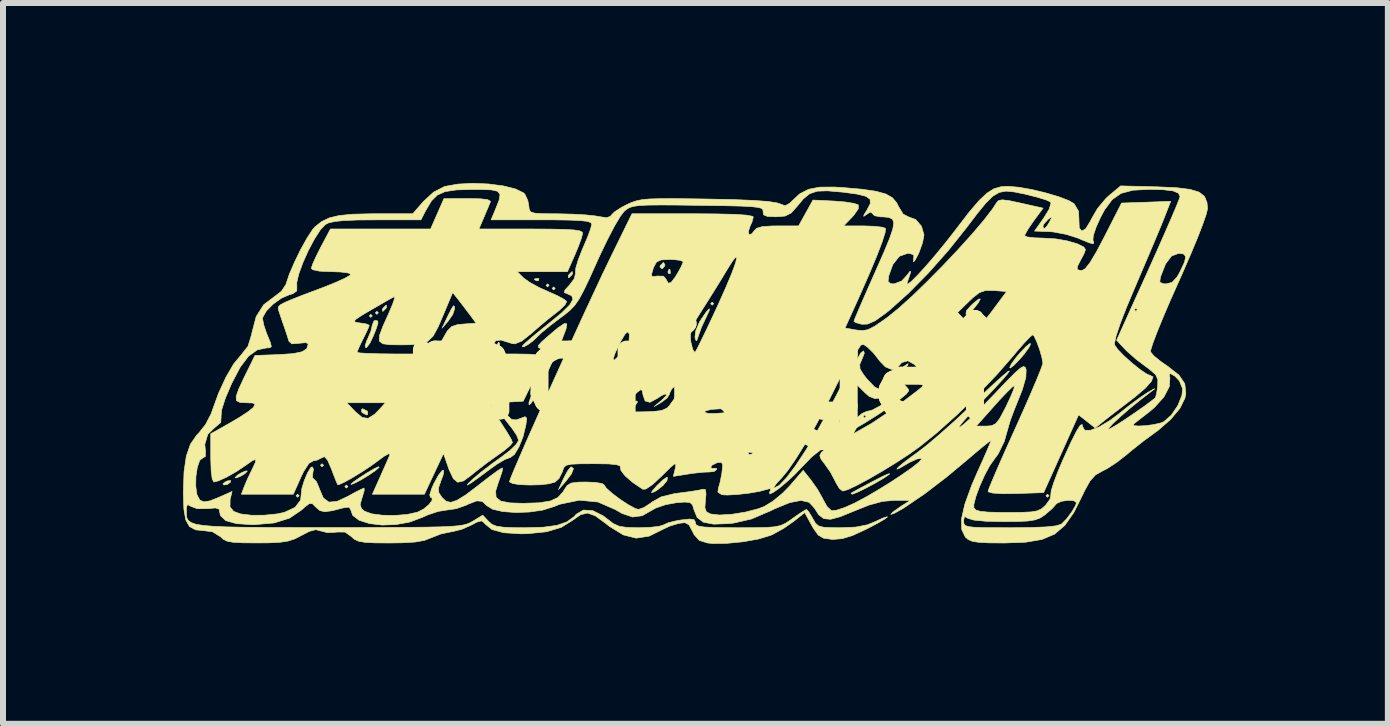
<source format=kicad_pcb>
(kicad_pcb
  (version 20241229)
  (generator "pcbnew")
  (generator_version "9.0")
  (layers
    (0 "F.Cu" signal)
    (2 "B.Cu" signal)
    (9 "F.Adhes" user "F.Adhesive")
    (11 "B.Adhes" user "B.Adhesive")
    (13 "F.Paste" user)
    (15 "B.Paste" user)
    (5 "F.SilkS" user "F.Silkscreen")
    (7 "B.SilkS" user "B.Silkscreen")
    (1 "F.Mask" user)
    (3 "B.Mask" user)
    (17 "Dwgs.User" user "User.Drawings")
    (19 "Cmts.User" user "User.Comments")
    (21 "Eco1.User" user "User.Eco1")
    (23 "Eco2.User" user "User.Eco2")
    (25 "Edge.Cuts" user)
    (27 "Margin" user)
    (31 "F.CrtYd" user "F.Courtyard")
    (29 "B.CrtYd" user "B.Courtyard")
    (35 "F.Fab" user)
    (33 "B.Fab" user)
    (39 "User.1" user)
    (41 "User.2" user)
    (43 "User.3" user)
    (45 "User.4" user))
  (footprint "moriogai"
    (layer "F.Cu")
    (at 8.59 3.103)
    (property "Reference" "moriogai" (at 0 0 0) (layer "F.SilkS") (effects (font (size 1.524 1.524) (thickness 0.3))))
    (attr through_hole)
    (fp_poly (pts (xy -6.655 2.108) (xy -6.68 2.134) (xy -6.706 2.108) (xy -6.68 2.083) (xy -6.655 2.108)) (stroke (width 0.01) (type solid)) (fill yes) (layer "F.SilkS"))
    (fp_poly (pts (xy -6.248 1.6) (xy -6.274 1.626) (xy -6.299 1.6) (xy -6.274 1.575) (xy -6.248 1.6)) (stroke (width 0.01) (type solid)) (fill yes) (layer "F.SilkS"))
    (fp_poly (pts (xy -5.842 1.956) (xy -5.867 1.981) (xy -5.893 1.956) (xy -5.867 1.93) (xy -5.842 1.956)) (stroke (width 0.01) (type solid)) (fill yes) (layer "F.SilkS"))
    (fp_poly (pts (xy -5.436 -0.889) (xy -5.461 -0.864) (xy -5.486 -0.889) (xy -5.461 -0.914) (xy -5.436 -0.889)) (stroke (width 0.01) (type solid)) (fill yes) (layer "F.SilkS"))
    (fp_poly (pts (xy -5.334 -0.94) (xy -5.359 -0.914) (xy -5.385 -0.94) (xy -5.359 -0.965) (xy -5.334 -0.94)) (stroke (width 0.01) (type solid)) (fill yes) (layer "F.SilkS"))
    (fp_poly (pts (xy -2.489 -1.397) (xy -2.515 -1.372) (xy -2.54 -1.397) (xy -2.515 -1.422) (xy -2.489 -1.397)) (stroke (width 0.01) (type solid)) (fill yes) (layer "F.SilkS"))
    (fp_poly (pts (xy -2.388 -1.346) (xy -2.413 -1.321) (xy -2.438 -1.346) (xy -2.413 -1.372) (xy -2.388 -1.346)) (stroke (width 0.01) (type solid)) (fill yes) (layer "F.SilkS"))
    (fp_poly (pts (xy 0.254 -1.092) (xy 0.229 -1.067) (xy 0.203 -1.092) (xy 0.229 -1.118) (xy 0.254 -1.092)) (stroke (width 0.01) (type solid)) (fill yes) (layer "F.SilkS"))
    (fp_poly (pts (xy 5.842 2.108) (xy 5.817 2.134) (xy 5.791 2.108) (xy 5.817 2.083) (xy 5.842 2.108)) (stroke (width 0.01) (type solid)) (fill yes) (layer "F.SilkS"))
    (fp_poly (pts (xy -3.319 -0.44) (xy -3.313 -0.38) (xy -3.319 -0.373) (xy -3.349 -0.38) (xy -3.353 -0.406) (xy -3.334 -0.448) (xy -3.319 -0.44)) (stroke (width 0.01) (type solid)) (fill yes) (layer "F.SilkS"))
    (fp_poly (pts (xy -2.659 -1.507) (xy -2.666 -1.477) (xy -2.692 -1.473) (xy -2.734 -1.492) (xy -2.726 -1.507) (xy -2.666 -1.513) (xy -2.659 -1.507)) (stroke (width 0.01) (type solid)) (fill yes) (layer "F.SilkS"))
    (fp_poly (pts (xy -0.474 -1.659) (xy -0.468 -1.599) (xy -0.474 -1.592) (xy -0.504 -1.599) (xy -0.508 -1.626) (xy -0.489 -1.667) (xy -0.474 -1.659)) (stroke (width 0.01) (type solid)) (fill yes) (layer "F.SilkS"))
    (fp_poly (pts (xy -7.798 1.88) (xy -7.852 1.922) (xy -7.911 1.929) (xy -7.925 1.91) (xy -7.885 1.878) (xy -7.846 1.86) (xy -7.794 1.857) (xy -7.798 1.88)) (stroke (width 0.01) (type solid)) (fill yes) (layer "F.SilkS"))
    (fp_poly (pts (xy -7.518 1.698) (xy -7.557 1.739) (xy -7.62 1.778) (xy -7.699 1.811) (xy -7.722 1.807) (xy -7.683 1.766) (xy -7.62 1.727) (xy -7.541 1.694) (xy -7.518 1.698)) (stroke (width 0.01) (type solid)) (fill yes) (layer "F.SilkS"))
    (fp_poly (pts (xy -5.522 0.697) (xy -5.512 0.711) (xy -5.514 0.758) (xy -5.531 0.762) (xy -5.603 0.725) (xy -5.613 0.711) (xy -5.611 0.664) (xy -5.594 0.66) (xy -5.522 0.697)) (stroke (width 0.01) (type solid)) (fill yes) (layer "F.SilkS"))
    (fp_poly (pts (xy -5.198 -1.034) (xy -5.207 -1.016) (xy -5.255 -0.967) (xy -5.264 -0.965) (xy -5.267 -0.998) (xy -5.258 -1.016) (xy -5.21 -1.065) (xy -5.201 -1.067) (xy -5.198 -1.034)) (stroke (width 0.01) (type solid)) (fill yes) (layer "F.SilkS"))
    (fp_poly (pts (xy -4.385 -0.424) (xy -4.394 -0.406) (xy -4.442 -0.358) (xy -4.451 -0.356) (xy -4.454 -0.388) (xy -4.445 -0.406) (xy -4.397 -0.455) (xy -4.388 -0.457) (xy -4.385 -0.424)) (stroke (width 0.01) (type solid)) (fill yes) (layer "F.SilkS"))
    (fp_poly (pts (xy -4.066 -1.044) (xy -4.064 -1.005) (xy -4.095 -0.912) (xy -4.168 -0.806) (xy -4.272 -0.686) (xy -4.187 -0.864) (xy -4.118 -1.003) (xy -4.081 -1.059) (xy -4.066 -1.044)) (stroke (width 0.01) (type solid)) (fill yes) (layer "F.SilkS"))
    (fp_poly (pts (xy -2.099 -1.593) (xy -2.108 -1.575) (xy -2.156 -1.526) (xy -2.165 -1.524) (xy -2.168 -1.557) (xy -2.159 -1.575) (xy -2.111 -1.623) (xy -2.102 -1.626) (xy -2.099 -1.593)) (stroke (width 0.01) (type solid)) (fill yes) (layer "F.SilkS"))
    (fp_poly (pts (xy -2.083 1.656) (xy -2.115 1.741) (xy -2.208 1.864) (xy -2.333 2.007) (xy -2.246 1.818) (xy -2.183 1.699) (xy -2.132 1.633) (xy -2.121 1.627) (xy -2.083 1.656)) (stroke (width 0.01) (type solid)) (fill yes) (layer "F.SilkS"))
    (fp_poly (pts (xy -1.016 0.547) (xy -1.057 0.608) (xy -1.092 0.628) (xy -1.158 0.644) (xy -1.168 0.64) (xy -1.135 0.597) (xy -1.092 0.559) (xy -1.03 0.528) (xy -1.016 0.547)) (stroke (width 0.01) (type solid)) (fill yes) (layer "F.SilkS"))
    (fp_poly (pts (xy -0.559 -1.739) (xy -0.559 -1.727) (xy -0.598 -1.678) (xy -0.613 -1.676) (xy -0.643 -1.708) (xy -0.635 -1.727) (xy -0.589 -1.776) (xy -0.581 -1.778) (xy -0.559 -1.739)) (stroke (width 0.01) (type solid)) (fill yes) (layer "F.SilkS"))
    (fp_poly (pts (xy -0.517 1.803) (xy -0.525 1.856) (xy -0.591 1.938) (xy -0.691 2.017) (xy -0.732 2.041) (xy -0.783 2.059) (xy -0.764 2.021) (xy -0.69 1.938) (xy -0.594 1.846) (xy -0.529 1.802) (xy -0.517 1.803)) (stroke (width 0.01) (type solid)) (fill yes) (layer "F.SilkS"))
    (fp_poly (pts (xy -5.322 1.636) (xy -5.386 1.691) (xy -5.493 1.764) (xy -5.614 1.838) (xy -5.721 1.895) (xy -5.784 1.92) (xy -5.791 1.916) (xy -5.752 1.88) (xy -5.649 1.809) (xy -5.528 1.731) (xy -5.402 1.657) (xy -5.328 1.624) (xy -5.322 1.636)) (stroke (width 0.01) (type solid)) (fill yes) (layer "F.SilkS"))
    (fp_poly (pts (xy 5.537 -0.423) (xy 5.506 -0.359) (xy 5.426 -0.25) (xy 5.362 -0.174) (xy 5.264 -0.072) (xy 5.201 -0.022) (xy 5.186 -0.025) (xy 5.217 -0.09) (xy 5.297 -0.199) (xy 5.362 -0.275) (xy 5.459 -0.377) (xy 5.522 -0.427) (xy 5.537 -0.423)) (stroke (width 0.01) (type solid)) (fill yes) (layer "F.SilkS"))
    (fp_poly (pts (xy 0.18 -0.978) (xy 0.128 -0.865) (xy 0.121 -0.851) (xy 0.051 -0.701) (xy 0.001 -0.563) (xy -0.000118 -0.559) (xy -0.028 -0.476) (xy -0.046 -0.486) (xy -0.058 -0.533) (xy -0.046 -0.637) (xy 0.012 -0.775) (xy 0.042 -0.826) (xy 0.133 -0.958) (xy 0.181 -1.009) (xy 0.18 -0.978)) (stroke (width 0.01) (type solid)) (fill yes) (layer "F.SilkS"))
    (fp_poly (pts (xy -5.347 -0.806) (xy -5.34 -0.771) (xy -5.367 -0.684) (xy -5.416 -0.56) (xy -5.475 -0.435) (xy -5.529 -0.363) (xy -5.544 -0.356) (xy -5.555 -0.394) (xy -5.522 -0.489) (xy -5.513 -0.505) (xy -5.459 -0.633) (xy -5.436 -0.733) (xy -5.436 -0.734) (xy -5.409 -0.803) (xy -5.385 -0.813) (xy -5.347 -0.806)) (stroke (width 0.01) (type solid)) (fill yes) (layer "F.SilkS"))
    (fp_poly (pts (xy 3.175 1.755) (xy 3.079 1.821) (xy 2.939 1.902) (xy 2.786 1.984) (xy 2.652 2.049) (xy 2.567 2.082) (xy 2.559 2.083) (xy 2.543 2.067) (xy 2.544 2.066) (xy 2.596 2.036) (xy 2.715 1.971) (xy 2.877 1.885) (xy 2.921 1.862) (xy 3.071 1.785) (xy 3.164 1.744) (xy 3.188 1.744) (xy 3.175 1.755)) (stroke (width 0.01) (type solid)) (fill yes) (layer "F.SilkS"))
    (fp_poly (pts (xy 4.663 -1.106) (xy 4.577 -0.997) (xy 4.525 -0.929) (xy 4.551 -0.92) (xy 4.61 -0.936) (xy 4.702 -0.956) (xy 4.719 -0.919) (xy 4.694 -0.842) (xy 4.644 -0.771) (xy 4.574 -0.788) (xy 4.504 -0.854) (xy 4.458 -0.918) (xy 4.465 -0.974) (xy 4.537 -1.055) (xy 4.58 -1.096) (xy 4.67 -1.169) (xy 4.697 -1.17) (xy 4.663 -1.106)) (stroke (width 0.01) (type solid)) (fill yes) (layer "F.SilkS"))
    (fp_poly (pts (xy -2.193 -0.756) (xy -2.207 -0.67) (xy -2.272 -0.5) (xy -2.306 -0.42) (xy -2.468 -0.054) (xy -2.604 0.236) (xy -2.711 0.444) (xy -2.788 0.565) (xy -2.822 0.595) (xy -2.826 0.561) (xy -2.791 0.456) (xy -2.723 0.299) (xy -2.684 0.217) (xy -2.58 -0.003) (xy -2.52 -0.15) (xy -2.501 -0.241) (xy -2.521 -0.294) (xy -2.577 -0.325) (xy -2.602 -0.334) (xy -2.663 -0.359) (xy -2.669 -0.393) (xy -2.612 -0.457) (xy -2.513 -0.545) (xy -2.341 -0.69) (xy -2.236 -0.761) (xy -2.193 -0.756)) (stroke (width 0.01) (type solid)) (fill yes) (layer "F.SilkS"))
    (fp_poly (pts (xy -3.207 0.746) (xy -3.197 0.757) (xy -3.113 0.838) (xy -3.032 0.845) (xy -2.972 0.822) (xy -2.889 0.791) (xy -2.862 0.817) (xy -2.875 0.923) (xy -2.876 0.929) (xy -2.923 1.124) (xy -2.992 1.296) (xy -3.068 1.422) (xy -3.14 1.474) (xy -3.145 1.474) (xy -3.226 1.504) (xy -3.356 1.581) (xy -3.474 1.665) (xy -3.668 1.809) (xy -3.795 1.899) (xy -3.853 1.932) (xy -3.838 1.906) (xy -3.759 1.83) (xy -3.62 1.713) (xy -3.44 1.575) (xy -3.289 1.467) (xy -3.143 1.356) (xy -3.039 1.255) (xy -2.997 1.187) (xy -2.997 1.186) (xy -3.029 1.101) (xy -3.109 0.982) (xy -3.15 0.932) (xy -3.241 0.814) (xy -3.295 0.721) (xy -3.3 0.697) (xy -3.272 0.687) (xy -3.207 0.746)) (stroke (width 0.01) (type solid)) (fill yes) (layer "F.SilkS"))
    (fp_poly (pts (xy -3.634 -2.84) (xy -3.514 -2.826) (xy -3.468 -2.8) (xy -3.47 -2.781) (xy -3.506 -2.696) (xy -3.562 -2.564) (xy -3.577 -2.527) (xy -3.659 -2.337) (xy -2.795 -2.337) (xy -2.47 -2.335) (xy -2.234 -2.33) (xy -2.075 -2.321) (xy -1.98 -2.306) (xy -1.937 -2.284) (xy -1.93 -2.267) (xy -1.95 -2.186) (xy -2.001 -2.046) (xy -2.057 -1.911) (xy -2.183 -1.626) (xy -2.601 -1.626) (xy -3.02 -1.626) (xy -2.916 -1.522) (xy -2.814 -1.448) (xy -2.655 -1.361) (xy -2.512 -1.297) (xy -2.354 -1.227) (xy -2.24 -1.165) (xy -2.196 -1.128) (xy -2.224 -1.073) (xy -2.313 -0.986) (xy -2.373 -0.938) (xy -2.526 -0.818) (xy -2.7 -0.671) (xy -2.785 -0.596) (xy -2.943 -0.47) (xy -3.057 -0.423) (xy -3.103 -0.427) (xy -3.236 -0.468) (xy -3.292 -0.486) (xy -3.379 -0.475) (xy -3.444 -0.384) (xy -3.503 -0.254) (xy -3.047 -0.254) (xy -2.813 -0.25) (xy -2.668 -0.235) (xy -2.601 -0.209) (xy -2.593 -0.191) (xy -2.616 -0.116) (xy -2.673 0.021) (xy -2.752 0.19) (xy -2.759 0.203) (xy -2.921 0.533) (xy -3.188 0.549) (xy -3.337 0.565) (xy -3.434 0.589) (xy -3.454 0.607) (xy -3.428 0.669) (xy -3.359 0.787) (xy -3.277 0.914) (xy -3.184 1.059) (xy -3.119 1.171) (xy -3.099 1.222) (xy -3.138 1.272) (xy -3.238 1.356) (xy -3.34 1.429) (xy -3.522 1.559) (xy -3.707 1.702) (xy -3.782 1.763) (xy -3.916 1.862) (xy -4.012 1.884) (xy -4.085 1.824) (xy -4.156 1.673) (xy -4.18 1.604) (xy -4.249 1.405) (xy -4.408 1.744) (xy -4.567 2.083) (xy -5.434 2.083) (xy -5.303 1.791) (xy -5.229 1.624) (xy -5.169 1.488) (xy -5.141 1.423) (xy -5.158 1.407) (xy -5.235 1.448) (xy -5.311 1.504) (xy -5.451 1.606) (xy -5.612 1.713) (xy -5.771 1.81) (xy -5.906 1.885) (xy -5.993 1.924) (xy -6.013 1.924) (xy -6.037 1.869) (xy -6.084 1.751) (xy -6.118 1.659) (xy -6.182 1.513) (xy -6.232 1.458) (xy -6.264 1.469) (xy -6.36 1.517) (xy -6.412 1.524) (xy -6.492 1.569) (xy -6.581 1.707) (xy -6.627 1.803) (xy -6.751 2.083) (xy -7.617 2.083) (xy -7.569 1.955) (xy -7.509 1.815) (xy -7.443 1.679) (xy -7.382 1.549) (xy -7.379 1.501) (xy -7.441 1.528) (xy -7.531 1.592) (xy -7.693 1.701) (xy -7.86 1.797) (xy -8.001 1.861) (xy -8.075 1.88) (xy -8.103 1.831) (xy -8.121 1.695) (xy -8.128 1.485) (xy -8.128 1.478) (xy -8.128 1.076) (xy -7.806 0.895) (xy -7.637 0.795) (xy -7.498 0.703) (xy -7.42 0.639) (xy -7.418 0.637) (xy -7.389 0.586) (xy -7.427 0.563) (xy -7.538 0.559) (xy -5.861 0.559) (xy -5.717 0.709) (xy -5.604 0.804) (xy -5.505 0.819) (xy -5.395 0.749) (xy -5.313 0.665) (xy -5.217 0.559) (xy -5.861 0.559) (xy -7.538 0.559) (xy -7.643 0.553) (xy -7.699 0.523) (xy -7.705 0.455) (xy -7.662 0.332) (xy -7.571 0.137) (xy -7.554 0.102) (xy -7.391 -0.229) (xy -6.987 -0.244) (xy -6.753 -0.26) (xy -6.605 -0.291) (xy -6.527 -0.343) (xy -6.503 -0.422) (xy -6.503 -0.423) (xy -6.545 -0.443) (xy -6.648 -0.433) (xy -6.655 -0.432) (xy -6.777 -0.423) (xy -6.825 -0.466) (xy -6.853 -0.557) (xy -6.898 -0.691) (xy -6.905 -0.711) (xy -6.934 -0.795) (xy -5.737 -0.795) (xy -5.701 -0.779) (xy -5.643 -0.771) (xy -5.534 -0.754) (xy -5.487 -0.732) (xy -5.486 -0.731) (xy -5.507 -0.675) (xy -5.56 -0.563) (xy -5.588 -0.508) (xy -5.65 -0.381) (xy -5.686 -0.296) (xy -5.69 -0.281) (xy -5.642 -0.271) (xy -5.512 -0.263) (xy -5.318 -0.257) (xy -5.08 -0.254) (xy -5.042 -0.254) (xy -4.394 -0.254) (xy -4.267 -0.495) (xy -4.186 -0.637) (xy -4.113 -0.711) (xy -4.016 -0.743) (xy -3.923 -0.752) (xy -3.706 -0.768) (xy -3.807 -0.905) (xy -3.912 -1.043) (xy -4.002 -1.16) (xy -4.096 -1.278) (xy -4.241 -0.931) (xy -4.339 -0.703) (xy -4.421 -0.553) (xy -4.51 -0.465) (xy -4.626 -0.422) (xy -4.791 -0.408) (xy -4.941 -0.406) (xy -5.139 -0.408) (xy -5.262 -0.424) (xy -5.319 -0.47) (xy -5.315 -0.563) (xy -5.258 -0.717) (xy -5.161 -0.932) (xy -5.098 -1.08) (xy -5.064 -1.18) (xy -5.066 -1.211) (xy -5.126 -1.179) (xy -5.249 -1.109) (xy -5.412 -1.014) (xy -5.453 -0.991) (xy -5.623 -0.89) (xy -5.715 -0.828) (xy -5.737 -0.795) (xy -6.934 -0.795) (xy -6.955 -0.855) (xy -6.993 -0.97) (xy -6.995 -0.978) (xy -7.004 -1.013) (xy -6.999 -1.043) (xy -6.966 -1.074) (xy -6.892 -1.114) (xy -6.764 -1.168) (xy -6.57 -1.244) (xy -6.296 -1.347) (xy -6.236 -1.37) (xy -6.043 -1.448) (xy -5.892 -1.516) (xy -5.805 -1.566) (xy -5.791 -1.582) (xy -5.838 -1.604) (xy -5.959 -1.62) (xy -6.121 -1.626) (xy -6.316 -1.634) (xy -6.428 -1.658) (xy -6.452 -1.682) (xy -6.429 -1.753) (xy -6.37 -1.884) (xy -6.292 -2.038) (xy -6.133 -2.337) (xy -4.464 -2.337) (xy -4.353 -2.59) (xy -4.242 -2.842) (xy -3.843 -2.844) (xy -3.634 -2.84)) (stroke (width 0.01) (type solid)) (fill yes) (layer "F.SilkS"))
    (fp_poly (pts (xy 5.179 -2.809) (xy 5.367 -2.769) (xy 5.377 -2.767) (xy 5.743 -2.684) (xy 5.589 -2.475) (xy 5.501 -2.348) (xy 5.446 -2.253) (xy 5.436 -2.225) (xy 5.482 -2.204) (xy 5.603 -2.19) (xy 5.76 -2.184) (xy 5.955 -2.172) (xy 6.148 -2.138) (xy 6.311 -2.091) (xy 6.42 -2.038) (xy 6.45 -1.993) (xy 6.426 -1.926) (xy 6.375 -1.829) (xy 6.316 -1.714) (xy 6.312 -1.661) (xy 6.367 -1.645) (xy 6.388 -1.644) (xy 6.446 -1.675) (xy 6.527 -1.779) (xy 6.636 -1.962) (xy 6.764 -2.205) (xy 7.051 -2.769) (xy 7.461 -2.783) (xy 7.87 -2.798) (xy 7.765 -2.529) (xy 7.711 -2.395) (xy 7.625 -2.189) (xy 7.516 -1.931) (xy 7.393 -1.642) (xy 7.282 -1.382) (xy 7.136 -1.036) (xy 7.028 -0.758) (xy 6.96 -0.554) (xy 6.933 -0.432) (xy 6.934 -0.407) (xy 6.986 -0.332) (xy 7.091 -0.223) (xy 7.224 -0.104) (xy 7.359 0.005) (xy 7.471 0.08) (xy 7.525 0.102) (xy 7.576 0.128) (xy 7.548 0.202) (xy 7.449 0.314) (xy 7.283 0.456) (xy 7.226 0.5) (xy 7.048 0.636) (xy 6.884 0.762) (xy 6.765 0.855) (xy 6.748 0.869) (xy 6.612 0.979) (xy 6.474 0.87) (xy 6.335 0.761) (xy 6.044 1.409) (xy 5.753 2.057) (xy 5.289 2.072) (xy 5.06 2.074) (xy 4.903 2.064) (xy 4.83 2.043) (xy 4.826 2.036) (xy 4.846 1.977) (xy 4.903 1.839) (xy 4.989 1.638) (xy 5.1 1.386) (xy 5.229 1.099) (xy 5.283 0.98) (xy 5.417 0.681) (xy 5.536 0.41) (xy 5.633 0.182) (xy 5.702 0.012) (xy 5.737 -0.086) (xy 5.74 -0.102) (xy 5.723 -0.198) (xy 5.685 -0.331) (xy 5.636 -0.462) (xy 5.592 -0.554) (xy 5.573 -0.574) (xy 5.529 -0.542) (xy 5.438 -0.447) (xy 5.316 -0.308) (xy 5.251 -0.229) (xy 4.97 0.093) (xy 4.644 0.434) (xy 4.299 0.768) (xy 3.962 1.069) (xy 3.69 1.288) (xy 3.505 1.42) (xy 3.288 1.561) (xy 3.058 1.702) (xy 2.835 1.831) (xy 2.638 1.936) (xy 2.488 2.007) (xy 2.406 2.031) (xy 2.35 1.99) (xy 2.289 1.887) (xy 2.283 1.873) (xy 2.201 1.717) (xy 2.1 1.574) (xy 2.043 1.5) (xy 2.022 1.441) (xy 2.049 1.385) (xy 2.134 1.319) (xy 2.288 1.232) (xy 2.513 1.115) (xy 2.886 0.903) (xy 3.281 0.639) (xy 3.656 0.353) (xy 3.682 0.332) (xy 3.833 0.207) (xy 3.73 0.069) (xy 3.598 -0.08) (xy 3.489 -0.14) (xy 3.393 -0.113) (xy 3.381 -0.104) (xy 3.326 -0.04) (xy 3.325 -0.011) (xy 3.379 -0.018) (xy 3.438 -0.056) (xy 3.494 -0.093) (xy 3.487 -0.064) (xy 3.413 0.01) (xy 3.344 0.056) (xy 3.271 0.086) (xy 3.273 0.057) (xy 3.273 0.056) (xy 3.264 0.01) (xy 3.209 0) (xy 3.114 -0.04) (xy 3.022 -0.135) (xy 3.02 -0.139) (xy 2.919 -0.268) (xy 2.823 -0.363) (xy 2.754 -0.412) (xy 2.706 -0.402) (xy 2.653 -0.32) (xy 2.624 -0.263) (xy 2.55 -0.132) (xy 2.484 -0.038) (xy 2.471 -0.025) (xy 2.42 0.045) (xy 2.345 0.177) (xy 2.268 0.33) (xy 2.117 0.635) (xy 1.952 0.942) (xy 1.785 1.232) (xy 1.627 1.487) (xy 1.49 1.686) (xy 1.391 1.806) (xy 1.299 1.906) (xy 1.255 1.969) (xy 1.258 1.981) (xy 1.345 1.937) (xy 1.467 1.81) (xy 1.617 1.611) (xy 1.789 1.35) (xy 1.975 1.038) (xy 2.044 0.913) (xy 2.337 0.913) (xy 2.37 0.963) (xy 2.453 0.951) (xy 2.56 0.885) (xy 2.624 0.826) (xy 2.668 0.787) (xy 2.743 0.787) (xy 2.769 0.813) (xy 2.794 0.787) (xy 2.769 0.762) (xy 2.743 0.787) (xy 2.668 0.787) (xy 2.726 0.738) (xy 2.811 0.7) (xy 2.823 0.7) (xy 2.9 0.68) (xy 3.023 0.613) (xy 3.109 0.553) (xy 3.212 0.472) (xy 3.253 0.426) (xy 3.234 0.425) (xy 3.054 0.48) (xy 2.935 0.489) (xy 2.842 0.45) (xy 2.771 0.388) (xy 2.641 0.258) (xy 2.489 0.559) (xy 2.411 0.721) (xy 2.356 0.849) (xy 2.337 0.913) (xy 2.044 0.913) (xy 2.168 0.686) (xy 2.235 0.686) (xy 2.261 0.711) (xy 2.286 0.686) (xy 2.261 0.66) (xy 2.235 0.686) (xy 2.168 0.686) (xy 2.169 0.684) (xy 2.286 0.458) (xy 2.382 0.274) (xy 2.468 0.126) (xy 2.529 0.037) (xy 2.544 0.023) (xy 2.573 0.022) (xy 2.543 0.096) (xy 2.541 0.1) (xy 2.504 0.194) (xy 2.506 0.237) (xy 2.545 0.224) (xy 2.589 0.153) (xy 2.62 0.066) (xy 2.618 0.003) (xy 2.616 -0.072) (xy 2.652 -0.179) (xy 2.706 -0.271) (xy 2.753 -0.305) (xy 2.764 -0.267) (xy 2.729 -0.174) (xy 2.725 -0.168) (xy 2.687 -0.078) (xy 2.693 -0.004) (xy 2.752 0.091) (xy 2.808 0.163) (xy 2.939 0.299) (xy 3.053 0.349) (xy 3.175 0.317) (xy 3.242 0.275) (xy 3.342 0.224) (xy 3.418 0.246) (xy 3.431 0.256) (xy 3.494 0.327) (xy 3.505 0.359) (xy 3.464 0.414) (xy 3.351 0.508) (xy 3.184 0.628) (xy 2.981 0.764) (xy 2.757 0.904) (xy 2.53 1.036) (xy 2.431 1.09) (xy 2.13 1.269) (xy 1.888 1.461) (xy 1.725 1.629) (xy 1.599 1.76) (xy 1.467 1.882) (xy 1.345 1.984) (xy 1.247 2.053) (xy 1.189 2.079) (xy 1.184 2.05) (xy 1.197 2.028) (xy 1.205 1.987) (xy 1.139 2.003) (xy 1.017 2.036) (xy 0.84 2.066) (xy 0.647 2.088) (xy 0.48 2.097) (xy 0.39 2.092) (xy 0.324 2.049) (xy 0.331 1.989) (xy 0.361 1.883) (xy 0.39 1.736) (xy 0.392 1.718) (xy 0.404 1.597) (xy 0.384 1.551) (xy 0.319 1.556) (xy 0.311 1.558) (xy 0.225 1.6) (xy 0.203 1.635) (xy 0.235 1.659) (xy 0.254 1.651) (xy 0.301 1.652) (xy 0.305 1.668) (xy 0.262 1.704) (xy 0.191 1.712) (xy 0.072 1.717) (xy -0.094 1.735) (xy -0.172 1.747) (xy -0.419 1.786) (xy -0.385 1.649) (xy -0.375 1.587) (xy -0.396 1.578) (xy -0.461 1.63) (xy -0.58 1.748) (xy -0.607 1.775) (xy -0.763 1.921) (xy -0.875 1.996) (xy -0.927 2.001) (xy -1.093 1.889) (xy -1.222 1.778) (xy -1.293 1.685) (xy -1.299 1.643) (xy -1.307 1.61) (xy -1.369 1.59) (xy -1.502 1.578) (xy -1.719 1.575) (xy -1.753 1.575) (xy -1.977 1.576) (xy -2.119 1.583) (xy -2.2 1.6) (xy -2.241 1.634) (xy -2.262 1.688) (xy -2.265 1.703) (xy -2.324 1.821) (xy -2.39 1.881) (xy -2.489 1.909) (xy -2.639 1.926) (xy -2.809 1.93) (xy -2.971 1.924) (xy -3.094 1.906) (xy -3.149 1.878) (xy -3.15 1.874) (xy -3.129 1.813) (xy -3.071 1.672) (xy -2.981 1.462) (xy -2.949 1.389) (xy 0.83 1.389) (xy 0.837 1.419) (xy 0.864 1.422) (xy 0.905 1.404) (xy 0.897 1.389) (xy 0.837 1.382) (xy 0.83 1.389) (xy -2.949 1.389) (xy -2.865 1.195) (xy -2.726 0.883) (xy -2.651 0.714) (xy 0.102 0.714) (xy 0.146 0.734) (xy 0.253 0.739) (xy 0.389 0.73) (xy 0.516 0.711) (xy 0.599 0.684) (xy 0.605 0.679) (xy 0.572 0.669) (xy 0.464 0.662) (xy 0.364 0.66) (xy 0.21 0.67) (xy 0.117 0.695) (xy 0.102 0.714) (xy -2.651 0.714) (xy -2.649 0.711) (xy -1.341 0.711) (xy -0.958 0.711) (xy -0.744 0.706) (xy -0.608 0.686) (xy -0.525 0.648) (xy -0.497 0.622) (xy -0.406 0.499) (xy -0.342 0.376) (xy -0.319 0.287) (xy -0.327 0.266) (xy -0.38 0.269) (xy -0.444 0.326) (xy -0.482 0.403) (xy -0.483 0.415) (xy -0.522 0.479) (xy -0.61 0.546) (xy -0.737 0.622) (xy -0.61 0.515) (xy -0.536 0.439) (xy -0.541 0.41) (xy -0.61 0.436) (xy -0.683 0.484) (xy -0.808 0.552) (xy -0.889 0.529) (xy -0.924 0.429) (xy -0.936 0.358) (xy -0.961 0.34) (xy -1.018 0.382) (xy -1.125 0.489) (xy -1.141 0.505) (xy -1.341 0.711) (xy -2.649 0.711) (xy -2.572 0.538) (xy -2.407 0.172) (xy -2.252 -0.17) (xy -1.422 -0.17) (xy -1.403 -0.151) (xy -1.333 -0.216) (xy -1.246 -0.324) (xy -1.157 -0.476) (xy -1.155 -0.506) (xy -0.134 -0.506) (xy -0.125 -0.446) (xy -0.096 -0.331) (xy -0.064 -0.283) (xy -0.053 -0.287) (xy -0.02 -0.346) (xy 0.047 -0.481) (xy 0.141 -0.675) (xy 0.252 -0.911) (xy 0.33 -1.08) (xy 0.46 -1.371) (xy 0.556 -1.6) (xy 0.616 -1.763) (xy 0.639 -1.855) (xy 0.623 -1.87) (xy 0.568 -1.803) (xy 0.472 -1.65) (xy 0.376 -1.49) (xy 0.248 -1.284) (xy 0.114 -1.071) (xy 0.086 -1.028) (xy -0.033 -0.838) (xy -0.102 -0.705) (xy -0.133 -0.604) (xy -0.134 -0.506) (xy -1.155 -0.506) (xy -1.15 -0.585) (xy -1.179 -0.622) (xy -1.222 -0.588) (xy -1.29 -0.473) (xy -1.301 -0.451) (xy -1.388 -0.271) (xy -1.422 -0.17) (xy -2.252 -0.17) (xy -2.236 -0.205) (xy -2.065 -0.579) (xy -1.9 -0.939) (xy -1.744 -1.274) (xy -1.605 -1.571) (xy -1.604 -1.573) (xy -0.785 -1.573) (xy -0.766 -1.54) (xy -0.69 -1.553) (xy -0.581 -1.55) (xy -0.542 -1.502) (xy -0.504 -1.435) (xy -0.458 -1.443) (xy -0.389 -1.533) (xy -0.355 -1.587) (xy -0.29 -1.704) (xy -0.256 -1.782) (xy -0.254 -1.791) (xy -0.299 -1.814) (xy -0.414 -1.827) (xy -0.478 -1.829) (xy -0.621 -1.822) (xy -0.698 -1.787) (xy -0.744 -1.705) (xy -0.755 -1.676) (xy -0.785 -1.573) (xy -1.604 -1.573) (xy -1.486 -1.819) (xy -1.438 -1.918) (xy -1.108 -2.591) (xy -0.097 -2.591) (xy 0.301 -2.588) (xy 0.598 -2.581) (xy 0.797 -2.568) (xy 0.899 -2.549) (xy 0.914 -2.537) (xy 0.892 -2.452) (xy 0.859 -2.38) (xy 0.83 -2.286) (xy 0.847 -2.239) (xy 0.894 -2.26) (xy 0.921 -2.299) (xy 0.969 -2.348) (xy 1.062 -2.376) (xy 1.222 -2.387) (xy 1.32 -2.388) (xy 1.669 -2.388) (xy 1.908 -2.819) (xy 2.262 -2.802) (xy 2.446 -2.787) (xy 2.59 -2.764) (xy 2.664 -2.739) (xy 2.664 -2.739) (xy 2.664 -2.674) (xy 2.59 -2.567) (xy 2.566 -2.54) (xy 2.419 -2.388) (xy 2.756 -2.388) (xy 2.931 -2.382) (xy 3.061 -2.367) (xy 3.117 -2.348) (xy 3.111 -2.278) (xy 3.063 -2.126) (xy 2.977 -1.9) (xy 2.855 -1.608) (xy 2.702 -1.259) (xy 2.65 -1.143) (xy 2.443 -0.686) (xy 2.631 -0.653) (xy 2.733 -0.643) (xy 2.825 -0.659) (xy 2.933 -0.714) (xy 3.084 -0.817) (xy 3.16 -0.872) (xy 3.25 -0.945) (xy 4.318 -0.945) (xy 4.455 -0.803) (xy 4.551 -0.711) (xy 4.618 -0.663) (xy 4.627 -0.66) (xy 4.673 -0.698) (xy 4.76 -0.799) (xy 4.873 -0.942) (xy 4.9 -0.978) (xy 5.136 -1.295) (xy 4.923 -1.311) (xy 4.786 -1.312) (xy 4.682 -1.277) (xy 4.568 -1.188) (xy 4.514 -1.136) (xy 4.318 -0.945) (xy 3.25 -0.945) (xy 3.344 -1.022) (xy 3.568 -1.224) (xy 3.816 -1.465) (xy 4.074 -1.726) (xy 4.327 -1.994) (xy 4.56 -2.252) (xy 4.757 -2.484) (xy 4.904 -2.675) (xy 4.969 -2.776) (xy 5.003 -2.812) (xy 5.065 -2.823) (xy 5.179 -2.809)) (stroke (width 0.01) (type solid)) (fill yes) (layer "F.SilkS"))
    (fp_poly (pts (xy -3.498 -3.087) (xy -3.253 -3.055) (xy -3.051 -3.005) (xy -2.915 -2.939) (xy -2.892 -2.916) (xy -2.844 -2.813) (xy -2.827 -2.719) (xy -2.82 -2.66) (xy -2.795 -2.622) (xy -2.732 -2.601) (xy -2.611 -2.592) (xy -2.415 -2.59) (xy -2.337 -2.59) (xy -2.101 -2.584) (xy -1.881 -2.572) (xy -1.714 -2.554) (xy -1.667 -2.545) (xy -1.529 -2.525) (xy -1.463 -2.55) (xy -1.455 -2.565) (xy -1.398 -2.622) (xy -1.28 -2.698) (xy -1.198 -2.741) (xy -1.117 -2.778) (xy -1.037 -2.805) (xy -0.943 -2.825) (xy -0.819 -2.837) (xy -0.65 -2.842) (xy -0.42 -2.843) (xy -0.114 -2.84) (xy 0.139 -2.836) (xy 0.579 -2.827) (xy 0.919 -2.813) (xy 1.162 -2.795) (xy 1.31 -2.772) (xy 1.353 -2.758) (xy 1.444 -2.724) (xy 1.519 -2.764) (xy 1.556 -2.801) (xy 1.688 -2.923) (xy 1.834 -2.998) (xy 2.018 -3.034) (xy 2.265 -3.036) (xy 2.41 -3.027) (xy 2.728 -2.999) (xy 2.96 -2.965) (xy 3.122 -2.92) (xy 3.231 -2.859) (xy 3.302 -2.776) (xy 3.332 -2.715) (xy 3.411 -2.585) (xy 3.498 -2.54) (xy 3.62 -2.495) (xy 3.716 -2.384) (xy 3.758 -2.242) (xy 3.758 -2.231) (xy 3.735 -2.109) (xy 3.679 -1.953) (xy 3.657 -1.905) (xy 3.605 -1.809) (xy 3.582 -1.789) (xy 3.585 -1.816) (xy 3.59 -1.901) (xy 3.528 -1.929) (xy 3.484 -1.93) (xy 3.348 -1.882) (xy 3.239 -1.744) (xy 3.173 -1.562) (xy 3.159 -1.462) (xy 3.201 -1.426) (xy 3.259 -1.422) (xy 3.387 -1.47) (xy 3.472 -1.562) (xy 3.525 -1.631) (xy 3.538 -1.626) (xy 3.535 -1.613) (xy 3.492 -1.482) (xy 3.476 -1.435) (xy 3.487 -1.416) (xy 3.55 -1.465) (xy 3.656 -1.571) (xy 3.793 -1.721) (xy 3.951 -1.905) (xy 4.12 -2.111) (xy 4.289 -2.327) (xy 4.322 -2.371) (xy 4.52 -2.628) (xy 4.678 -2.812) (xy 4.808 -2.934) (xy 4.924 -3.007) (xy 5.043 -3.041) (xy 5.155 -3.048) (xy 5.333 -3.033) (xy 5.553 -2.995) (xy 5.786 -2.939) (xy 6.002 -2.875) (xy 6.172 -2.81) (xy 6.26 -2.758) (xy 6.334 -2.634) (xy 6.341 -2.495) (xy 6.346 -2.354) (xy 6.388 -2.302) (xy 6.453 -2.339) (xy 6.531 -2.466) (xy 6.548 -2.502) (xy 6.65 -2.677) (xy 6.79 -2.845) (xy 6.84 -2.891) (xy 7.036 -3.055) (xy 7.653 -3.039) (xy 7.967 -3.025) (xy 8.192 -2.997) (xy 8.344 -2.951) (xy 8.433 -2.88) (xy 8.475 -2.778) (xy 8.484 -2.675) (xy 8.463 -2.585) (xy 8.405 -2.417) (xy 8.316 -2.187) (xy 8.2 -1.909) (xy 8.065 -1.598) (xy 7.995 -1.441) (xy 7.857 -1.131) (xy 7.737 -0.85) (xy 7.64 -0.611) (xy 7.571 -0.428) (xy 7.536 -0.315) (xy 7.534 -0.288) (xy 7.589 -0.223) (xy 7.704 -0.129) (xy 7.821 -0.048) (xy 8.008 0.098) (xy 8.105 0.242) (xy 8.122 0.402) (xy 8.108 0.479) (xy 8.026 0.649) (xy 7.869 0.837) (xy 7.658 1.021) (xy 7.59 1.07) (xy 7.42 1.194) (xy 7.231 1.344) (xy 7.134 1.425) (xy 6.974 1.55) (xy 6.812 1.656) (xy 6.724 1.701) (xy 6.614 1.764) (xy 6.525 1.864) (xy 6.435 2.026) (xy 6.403 2.094) (xy 6.256 2.388) (xy 6.106 2.602) (xy 5.936 2.748) (xy 5.725 2.837) (xy 5.454 2.883) (xy 5.104 2.896) (xy 5.09 2.896) (xy 4.84 2.894) (xy 4.672 2.885) (xy 4.563 2.868) (xy 4.493 2.837) (xy 4.446 2.795) (xy 4.387 2.672) (xy 4.384 2.53) (xy 4.42 2.53) (xy 4.423 2.572) (xy 4.442 2.602) (xy 4.493 2.622) (xy 4.591 2.634) (xy 4.749 2.64) (xy 4.984 2.641) (xy 5.197 2.642) (xy 5.542 2.638) (xy 5.794 2.628) (xy 5.959 2.61) (xy 6.046 2.583) (xy 6.053 2.578) (xy 6.138 2.491) (xy 6.224 2.375) (xy 6.286 2.269) (xy 6.299 2.224) (xy 6.258 2.191) (xy 6.161 2.185) (xy 6.051 2.201) (xy 5.97 2.237) (xy 5.959 2.25) (xy 5.893 2.324) (xy 5.785 2.417) (xy 5.772 2.428) (xy 5.695 2.479) (xy 5.607 2.511) (xy 5.486 2.53) (xy 5.308 2.538) (xy 5.083 2.54) (xy 4.793 2.534) (xy 4.593 2.515) (xy 4.489 2.485) (xy 4.481 2.479) (xy 4.434 2.453) (xy 4.42 2.515) (xy 4.42 2.53) (xy 4.384 2.53) (xy 4.384 2.493) (xy 4.439 2.25) (xy 4.553 1.936) (xy 4.648 1.716) (xy 4.741 1.51) (xy 4.815 1.34) (xy 4.863 1.226) (xy 4.877 1.188) (xy 4.842 1.209) (xy 4.747 1.284) (xy 4.608 1.4) (xy 4.508 1.486) (xy 4.129 1.802) (xy 3.762 2.082) (xy 3.433 2.305) (xy 3.391 2.331) (xy 3.257 2.405) (xy 3.205 2.42) (xy 3.238 2.382) (xy 3.359 2.296) (xy 3.365 2.292) (xy 3.531 2.186) (xy 3.266 2.185) (xy 3.066 2.203) (xy 2.843 2.264) (xy 2.593 2.364) (xy 2.363 2.458) (xy 2.201 2.501) (xy 2.088 2.49) (xy 2.003 2.425) (xy 1.933 2.315) (xy 1.844 2.218) (xy 1.71 2.187) (xy 1.522 2.223) (xy 1.271 2.326) (xy 1.194 2.363) (xy 0.883 2.496) (xy 0.587 2.564) (xy 0.504 2.573) (xy 0.253 2.582) (xy 0.083 2.55) (xy -0.022 2.471) (xy -0.074 2.345) (xy -0.099 2.261) (xy -0.142 2.221) (xy -0.234 2.214) (xy -0.37 2.225) (xy -0.55 2.258) (xy -0.708 2.312) (xy -0.762 2.342) (xy -0.938 2.442) (xy -1.098 2.463) (xy -1.273 2.404) (xy -1.386 2.339) (xy -1.675 2.213) (xy -1.987 2.183) (xy -2.313 2.251) (xy -2.413 2.291) (xy -2.596 2.348) (xy -2.817 2.38) (xy -3.048 2.388) (xy -3.262 2.372) (xy -3.431 2.333) (xy -3.528 2.273) (xy -3.603 2.202) (xy -3.695 2.194) (xy -3.835 2.248) (xy -3.871 2.266) (xy -4.034 2.324) (xy -4.195 2.347) (xy -4.339 2.37) (xy -4.516 2.43) (xy -4.602 2.469) (xy -4.811 2.547) (xy -5.041 2.589) (xy -5.272 2.597) (xy -5.483 2.572) (xy -5.654 2.518) (xy -5.762 2.436) (xy -5.791 2.353) (xy -5.819 2.299) (xy -5.905 2.307) (xy -6.102 2.358) (xy -6.228 2.375) (xy -6.31 2.356) (xy -6.372 2.303) (xy -6.375 2.3) (xy -6.433 2.242) (xy -6.484 2.239) (xy -6.561 2.297) (xy -6.612 2.344) (xy -6.814 2.482) (xy -7.071 2.562) (xy -7.4 2.59) (xy -7.426 2.591) (xy -7.698 2.574) (xy -7.879 2.523) (xy -7.967 2.439) (xy -7.976 2.394) (xy -7.989 2.332) (xy -8.048 2.312) (xy -8.178 2.323) (xy -8.178 2.323) (xy -8.351 2.325) (xy -8.458 2.286) (xy -8.514 2.255) (xy -8.533 2.303) (xy -8.534 2.352) (xy -8.534 2.419) (xy -8.527 2.474) (xy -8.504 2.519) (xy -8.457 2.555) (xy -8.378 2.583) (xy -8.258 2.603) (xy -8.088 2.618) (xy -7.86 2.628) (xy -7.566 2.634) (xy -7.196 2.637) (xy -6.742 2.638) (xy -6.195 2.638) (xy -6.155 2.638) (xy -5.621 2.638) (xy -5.179 2.637) (xy -4.819 2.635) (xy -4.533 2.632) (xy -4.309 2.627) (xy -4.14 2.62) (xy -4.014 2.61) (xy -3.924 2.597) (xy -3.858 2.58) (xy -3.808 2.56) (xy -3.764 2.535) (xy -3.763 2.535) (xy -3.595 2.432) (xy -3.497 2.537) (xy -3.441 2.586) (xy -3.365 2.616) (xy -3.249 2.633) (xy -3.07 2.641) (xy -2.891 2.642) (xy -2.584 2.633) (xy -2.357 2.602) (xy -2.193 2.545) (xy -2.072 2.457) (xy -2.035 2.416) (xy -1.917 2.347) (xy -1.761 2.357) (xy -1.587 2.444) (xy -1.526 2.491) (xy -1.421 2.572) (xy -1.322 2.617) (xy -1.192 2.637) (xy -0.996 2.642) (xy -0.99 2.642) (xy -0.805 2.635) (xy -0.659 2.619) (xy -0.583 2.596) (xy -0.582 2.595) (xy -0.506 2.56) (xy -0.368 2.526) (xy -0.292 2.513) (xy -0.145 2.497) (xy -0.072 2.508) (xy -0.051 2.55) (xy -0.051 2.56) (xy -0.04 2.593) (xy 0.004 2.615) (xy 0.096 2.63) (xy 0.25 2.638) (xy 0.483 2.641) (xy 0.653 2.642) (xy 0.933 2.641) (xy 1.132 2.637) (xy 1.271 2.626) (xy 1.369 2.605) (xy 1.448 2.569) (xy 1.528 2.517) (xy 1.567 2.489) (xy 1.691 2.402) (xy 1.778 2.347) (xy 1.802 2.337) (xy 1.839 2.377) (xy 1.898 2.475) (xy 1.905 2.489) (xy 1.95 2.567) (xy 2.002 2.612) (xy 2.088 2.634) (xy 2.233 2.641) (xy 2.366 2.642) (xy 2.623 2.631) (xy 2.815 2.593) (xy 2.948 2.539) (xy 3.068 2.483) (xy 3.14 2.459) (xy 3.15 2.462) (xy 3.108 2.495) (xy 2.996 2.561) (xy 2.837 2.645) (xy 2.79 2.669) (xy 2.567 2.772) (xy 2.396 2.824) (xy 2.246 2.836) (xy 2.219 2.835) (xy 2.083 2.815) (xy 1.996 2.764) (xy 1.917 2.654) (xy 1.889 2.604) (xy 1.771 2.389) (xy 1.584 2.538) (xy 1.419 2.653) (xy 1.24 2.752) (xy 1.199 2.77) (xy 0.999 2.83) (xy 0.742 2.876) (xy 0.471 2.902) (xy 0.232 2.904) (xy 0.152 2.896) (xy 0.013 2.853) (xy -0.074 2.755) (xy -0.099 2.703) (xy -0.158 2.593) (xy -0.226 2.557) (xy -0.327 2.569) (xy -0.475 2.613) (xy -0.584 2.664) (xy -0.822 2.782) (xy -1.038 2.815) (xy -1.253 2.761) (xy -1.487 2.617) (xy -1.556 2.562) (xy -1.721 2.442) (xy -1.848 2.397) (xy -1.964 2.424) (xy -2.09 2.513) (xy -2.285 2.635) (xy -2.531 2.709) (xy -2.847 2.741) (xy -2.962 2.743) (xy -3.246 2.725) (xy -3.442 2.671) (xy -3.559 2.577) (xy -3.57 2.56) (xy -3.615 2.527) (xy -3.698 2.55) (xy -3.782 2.596) (xy -3.944 2.668) (xy -4.109 2.709) (xy -4.123 2.71) (xy -4.291 2.745) (xy -4.455 2.809) (xy -4.567 2.853) (xy -4.72 2.88) (xy -4.937 2.893) (xy -5.152 2.896) (xy -5.396 2.894) (xy -5.559 2.885) (xy -5.665 2.866) (xy -5.735 2.834) (xy -5.785 2.789) (xy -5.89 2.714) (xy -6.02 2.713) (xy -6.038 2.716) (xy -6.181 2.724) (xy -6.292 2.696) (xy -6.377 2.674) (xy -6.484 2.702) (xy -6.612 2.768) (xy -6.726 2.827) (xy -6.839 2.864) (xy -6.977 2.885) (xy -7.169 2.894) (xy -7.354 2.895) (xy -7.595 2.893) (xy -7.756 2.884) (xy -7.858 2.865) (xy -7.923 2.832) (xy -7.962 2.794) (xy -8.1 2.709) (xy -8.233 2.692) (xy -8.381 2.677) (xy -8.483 2.621) (xy -8.545 2.51) (xy -8.576 2.328) (xy -8.585 2.061) (xy -8.585 2.053) (xy -8.581 1.951) (xy -8.378 1.951) (xy -8.357 2.093) (xy -8.31 2.181) (xy -8.309 2.182) (xy -8.241 2.211) (xy -8.14 2.194) (xy -8.004 2.14) (xy -7.772 2.037) (xy -7.805 2.17) (xy -7.807 2.295) (xy -7.745 2.37) (xy -7.629 2.412) (xy -7.447 2.434) (xy -7.232 2.433) (xy -7.019 2.411) (xy -6.897 2.385) (xy -6.722 2.302) (xy -6.63 2.18) (xy -6.62 2.081) (xy -6.609 1.985) (xy -6.569 1.856) (xy -6.516 1.73) (xy -6.464 1.643) (xy -6.438 1.626) (xy -6.416 1.665) (xy -6.426 1.727) (xy -6.433 1.808) (xy -6.412 1.829) (xy -6.367 1.872) (xy -6.322 1.978) (xy -6.319 1.989) (xy -6.252 2.145) (xy -6.159 2.215) (xy -6.023 2.203) (xy -5.847 2.121) (xy -5.707 2.044) (xy -5.605 1.994) (xy -5.572 1.981) (xy -5.57 2.022) (xy -5.6 2.123) (xy -5.605 2.138) (xy -5.638 2.253) (xy -5.616 2.323) (xy -5.566 2.366) (xy -5.45 2.409) (xy -5.269 2.433) (xy -5.057 2.437) (xy -4.85 2.42) (xy -4.68 2.382) (xy -4.68 2.382) (xy -4.577 2.328) (xy -4.49 2.255) (xy -4.438 2.184) (xy -4.442 2.139) (xy -4.468 2.134) (xy -4.478 2.093) (xy -4.446 1.99) (xy -4.409 1.905) (xy -4.331 1.764) (xy -4.272 1.69) (xy -4.244 1.688) (xy -4.255 1.763) (xy -4.289 1.853) (xy -4.332 1.977) (xy -4.327 2.058) (xy -4.273 2.138) (xy -4.206 2.201) (xy -4.128 2.219) (xy -4.024 2.185) (xy -3.879 2.095) (xy -3.678 1.943) (xy -3.63 1.905) (xy -3.473 1.784) (xy -3.349 1.693) (xy -3.276 1.648) (xy -3.265 1.646) (xy -3.271 1.699) (xy -3.308 1.813) (xy -3.331 1.874) (xy -3.38 2.031) (xy -3.372 2.135) (xy -3.295 2.198) (xy -3.138 2.228) (xy -2.918 2.235) (xy -2.652 2.226) (xy -2.466 2.196) (xy -2.341 2.137) (xy -2.256 2.043) (xy -2.238 2.012) (xy -2.187 1.937) (xy -2.118 1.897) (xy -2 1.882) (xy -1.871 1.88) (xy -1.713 1.887) (xy -1.605 1.906) (xy -1.575 1.926) (xy -1.535 1.983) (xy -1.436 2.071) (xy -1.304 2.17) (xy -1.167 2.26) (xy -1.053 2.321) (xy -1 2.337) (xy -0.911 2.306) (xy -0.795 2.231) (xy -0.779 2.217) (xy -0.622 2.128) (xy -0.399 2.073) (xy -0.314 2.062) (xy -0.135 2.039) (xy 0.008 2.016) (xy 0.075 2) (xy 0.117 2.006) (xy 0.126 2.08) (xy 0.117 2.175) (xy 0.107 2.309) (xy 0.132 2.377) (xy 0.203 2.413) (xy 0.35 2.43) (xy 0.556 2.418) (xy 0.785 2.381) (xy 0.999 2.325) (xy 1.096 2.288) (xy 1.242 2.199) (xy 1.407 2.062) (xy 1.524 1.941) (xy 1.745 1.685) (xy 1.882 1.857) (xy 1.986 2.005) (xy 2.069 2.153) (xy 2.081 2.179) (xy 2.146 2.293) (xy 2.217 2.358) (xy 2.217 2.358) (xy 2.297 2.351) (xy 2.437 2.305) (xy 2.605 2.23) (xy 2.606 2.229) (xy 2.794 2.129) (xy 2.999 2.009) (xy 3.206 1.881) (xy 3.398 1.754) (xy 3.559 1.641) (xy 3.672 1.551) (xy 3.722 1.496) (xy 3.718 1.485) (xy 3.64 1.497) (xy 3.519 1.552) (xy 3.48 1.575) (xy 3.354 1.648) (xy 3.306 1.666) (xy 3.329 1.634) (xy 3.419 1.558) (xy 3.571 1.444) (xy 3.645 1.391) (xy 3.804 1.268) (xy 4.012 1.092) (xy 4.247 0.884) (xy 4.485 0.662) (xy 4.585 0.566) (xy 4.783 0.375) (xy 4.953 0.216) (xy 5.084 0.099) (xy 5.163 0.035) (xy 5.182 0.029) (xy 5.148 0.08) (xy 5.055 0.188) (xy 4.917 0.338) (xy 4.747 0.515) (xy 4.712 0.551) (xy 4.548 0.72) (xy 4.426 0.855) (xy 4.354 0.943) (xy 4.341 0.975) (xy 4.35 0.972) (xy 4.382 0.948) (xy 4.63 0.948) (xy 4.798 0.948) (xy 4.888 0.941) (xy 4.956 0.906) (xy 5.02 0.824) (xy 5.1 0.673) (xy 5.127 0.621) (xy 5.203 0.458) (xy 5.254 0.335) (xy 5.269 0.275) (xy 5.268 0.273) (xy 5.228 0.299) (xy 5.138 0.387) (xy 5.012 0.519) (xy 4.939 0.601) (xy 4.63 0.948) (xy 4.382 0.948) (xy 4.424 0.916) (xy 4.551 0.8) (xy 4.713 0.641) (xy 4.896 0.453) (xy 4.945 0.402) (xy 5.138 0.199) (xy 5.273 0.063) (xy 5.362 -0.016) (xy 5.415 -0.045) (xy 5.445 -0.033) (xy 5.461 0.008) (xy 5.456 0.138) (xy 5.398 0.339) (xy 5.339 0.488) (xy 5.262 0.679) (xy 5.199 0.848) (xy 5.165 0.962) (xy 5.163 0.969) (xy 5.096 1.205) (xy 4.995 1.412) (xy 4.931 1.499) (xy 4.852 1.611) (xy 4.766 1.772) (xy 4.686 1.952) (xy 4.623 2.123) (xy 4.589 2.255) (xy 4.59 2.31) (xy 4.622 2.346) (xy 4.698 2.369) (xy 4.834 2.382) (xy 5.048 2.387) (xy 5.146 2.388) (xy 5.385 2.386) (xy 5.545 2.378) (xy 5.649 2.36) (xy 5.719 2.326) (xy 5.778 2.274) (xy 5.788 2.264) (xy 5.858 2.167) (xy 5.874 2.094) (xy 5.872 2.09) (xy 5.879 2.025) (xy 5.921 1.89) (xy 5.992 1.703) (xy 6.072 1.515) (xy 6.202 1.229) (xy 6.298 1.037) (xy 6.362 0.935) (xy 6.395 0.921) (xy 6.401 0.955) (xy 6.437 1.017) (xy 6.535 1.017) (xy 6.682 0.96) (xy 6.864 0.85) (xy 7.005 0.744) (xy 7.181 0.605) (xy 7.347 0.482) (xy 7.473 0.397) (xy 7.493 0.384) (xy 7.591 0.329) (xy 7.606 0.325) (xy 7.542 0.374) (xy 7.521 0.39) (xy 7.353 0.52) (xy 7.183 0.659) (xy 7.029 0.793) (xy 6.908 0.905) (xy 6.838 0.98) (xy 6.828 1.003) (xy 6.874 0.984) (xy 6.981 0.921) (xy 6.987 0.917) (xy 7.248 0.917) (xy 7.256 0.94) (xy 7.333 0.947) (xy 7.453 0.941) (xy 7.585 0.923) (xy 7.701 0.897) (xy 7.755 0.875) (xy 7.88 0.766) (xy 7.988 0.607) (xy 8.057 0.438) (xy 8.068 0.324) (xy 8.015 0.194) (xy 7.941 0.116) (xy 7.863 0.071) (xy 7.846 0.092) (xy 7.857 0.143) (xy 7.847 0.29) (xy 7.757 0.462) (xy 7.599 0.638) (xy 7.507 0.715) (xy 7.378 0.815) (xy 7.28 0.891) (xy 7.248 0.917) (xy 6.987 0.917) (xy 7.126 0.827) (xy 7.287 0.717) (xy 7.444 0.607) (xy 7.573 0.51) (xy 7.614 0.477) (xy 7.632 0.42) (xy 7.651 0.304) (xy 7.653 0.284) (xy 7.656 0.173) (xy 7.62 0.092) (xy 7.526 0.008) (xy 7.456 -0.043) (xy 7.297 -0.163) (xy 7.15 -0.292) (xy 7.104 -0.338) (xy 6.969 -0.483) (xy 7.198 -0.991) (xy 7.264 -0.991) (xy 7.29 -0.965) (xy 7.315 -0.991) (xy 7.29 -1.016) (xy 7.264 -0.991) (xy 7.198 -0.991) (xy 7.407 -1.452) (xy 7.688 -1.452) (xy 7.745 -1.424) (xy 7.793 -1.422) (xy 7.893 -1.447) (xy 7.976 -1.536) (xy 8.025 -1.624) (xy 8.101 -1.785) (xy 8.12 -1.879) (xy 8.083 -1.921) (xy 8.002 -1.93) (xy 7.885 -1.887) (xy 7.785 -1.755) (xy 7.699 -1.537) (xy 7.688 -1.452) (xy 7.407 -1.452) (xy 7.497 -1.651) (xy 7.641 -1.973) (xy 7.77 -2.265) (xy 7.879 -2.515) (xy 7.962 -2.709) (xy 8.012 -2.835) (xy 8.026 -2.877) (xy 7.999 -2.935) (xy 7.908 -2.972) (xy 7.74 -2.992) (xy 7.512 -2.997) (xy 7.241 -2.983) (xy 7.044 -2.931) (xy 6.895 -2.827) (xy 6.768 -2.656) (xy 6.702 -2.533) (xy 6.627 -2.367) (xy 6.581 -2.23) (xy 6.574 -2.154) (xy 6.589 -2.105) (xy 6.573 -2.089) (xy 6.506 -2.109) (xy 6.37 -2.165) (xy 6.327 -2.184) (xy 6.126 -2.248) (xy 5.91 -2.288) (xy 5.846 -2.293) (xy 5.601 -2.302) (xy 5.657 -2.381) (xy 5.74 -2.381) (xy 5.759 -2.338) (xy 5.807 -2.383) (xy 5.849 -2.451) (xy 5.886 -2.528) (xy 5.866 -2.528) (xy 5.825 -2.496) (xy 5.757 -2.421) (xy 5.74 -2.381) (xy 5.657 -2.381) (xy 5.757 -2.523) (xy 5.846 -2.669) (xy 5.874 -2.765) (xy 5.865 -2.789) (xy 5.794 -2.821) (xy 5.653 -2.865) (xy 5.47 -2.911) (xy 5.442 -2.918) (xy 5.264 -2.954) (xy 5.127 -2.968) (xy 5.013 -2.947) (xy 4.905 -2.883) (xy 4.787 -2.766) (xy 4.64 -2.586) (xy 4.47 -2.362) (xy 4.163 -1.977) (xy 3.831 -1.603) (xy 3.498 -1.265) (xy 3.185 -0.985) (xy 3.115 -0.929) (xy 2.945 -0.808) (xy 2.819 -0.752) (xy 2.721 -0.749) (xy 2.624 -0.776) (xy 2.591 -0.799) (xy 2.61 -0.851) (xy 2.665 -0.981) (xy 2.748 -1.172) (xy 2.852 -1.41) (xy 2.953 -1.637) (xy 3.089 -1.946) (xy 3.184 -2.175) (xy 3.239 -2.336) (xy 3.255 -2.441) (xy 3.233 -2.501) (xy 3.173 -2.53) (xy 3.078 -2.539) (xy 3.035 -2.539) (xy 2.934 -2.558) (xy 2.896 -2.597) (xy 2.866 -2.62) (xy 2.808 -2.584) (xy 2.755 -2.547) (xy 2.757 -2.569) (xy 2.812 -2.66) (xy 2.864 -2.76) (xy 2.861 -2.831) (xy 2.793 -2.881) (xy 2.647 -2.918) (xy 2.412 -2.95) (xy 2.39 -2.952) (xy 2.148 -2.973) (xy 1.978 -2.967) (xy 1.854 -2.925) (xy 1.748 -2.839) (xy 1.647 -2.717) (xy 1.545 -2.603) (xy 1.443 -2.552) (xy 1.291 -2.54) (xy 1.287 -2.54) (xy 1.147 -2.547) (xy 1.084 -2.574) (xy 1.077 -2.629) (xy 1.075 -2.658) (xy 1.051 -2.681) (xy 0.991 -2.697) (xy 0.884 -2.709) (xy 0.717 -2.718) (xy 0.478 -2.724) (xy 0.155 -2.729) (xy -0.009 -2.731) (xy -0.37 -2.736) (xy -0.645 -2.737) (xy -0.845 -2.735) (xy -0.987 -2.728) (xy -1.083 -2.714) (xy -1.149 -2.694) (xy -1.197 -2.665) (xy -1.239 -2.63) (xy -1.306 -2.542) (xy -1.402 -2.38) (xy -1.516 -2.161) (xy -1.639 -1.905) (xy -1.692 -1.789) (xy -1.816 -1.513) (xy -1.912 -1.312) (xy -1.99 -1.168) (xy -2.063 -1.063) (xy -2.143 -0.98) (xy -2.241 -0.9) (xy -2.316 -0.845) (xy -2.475 -0.724) (xy -2.608 -0.615) (xy -2.687 -0.541) (xy -2.688 -0.539) (xy -2.758 -0.471) (xy -2.841 -0.411) (xy -2.909 -0.374) (xy -2.936 -0.378) (xy -2.929 -0.394) (xy -2.878 -0.444) (xy -2.766 -0.541) (xy -2.61 -0.669) (xy -2.491 -0.764) (xy -2.277 -0.941) (xy -2.145 -1.072) (xy -2.092 -1.164) (xy -2.112 -1.224) (xy -2.178 -1.254) (xy -2.235 -1.277) (xy -2.227 -1.317) (xy -2.151 -1.401) (xy -2.148 -1.403) (xy -2.071 -1.507) (xy -2.049 -1.594) (xy -2.051 -1.602) (xy -2.045 -1.682) (xy -2.003 -1.823) (xy -1.935 -1.997) (xy -1.929 -2.011) (xy -1.854 -2.186) (xy -1.8 -2.331) (xy -1.778 -2.415) (xy -1.778 -2.418) (xy -1.795 -2.445) (xy -1.853 -2.464) (xy -1.966 -2.477) (xy -2.146 -2.485) (xy -2.408 -2.489) (xy -2.617 -2.489) (xy -3.456 -2.489) (xy -3.379 -2.673) (xy -3.322 -2.818) (xy -3.307 -2.911) (xy -3.345 -2.965) (xy -3.452 -2.989) (xy -3.639 -2.996) (xy -3.772 -2.996) (xy -4.036 -2.988) (xy -4.222 -2.96) (xy -4.352 -2.902) (xy -4.451 -2.803) (xy -4.54 -2.653) (xy -4.542 -2.651) (xy -4.625 -2.489) (xy -5.362 -2.489) (xy -5.676 -2.487) (xy -5.903 -2.478) (xy -6.061 -2.462) (xy -6.165 -2.438) (xy -6.217 -2.412) (xy -6.302 -2.322) (xy -6.401 -2.167) (xy -6.504 -1.973) (xy -6.595 -1.768) (xy -6.663 -1.581) (xy -6.695 -1.439) (xy -6.693 -1.398) (xy -6.694 -1.305) (xy -6.761 -1.257) (xy -6.813 -1.243) (xy -6.947 -1.186) (xy -7.086 -1.087) (xy -7.201 -0.971) (xy -7.261 -0.865) (xy -7.264 -0.842) (xy -7.246 -0.742) (xy -7.199 -0.603) (xy -7.188 -0.576) (xy -7.134 -0.443) (xy -7.118 -0.378) (xy -7.142 -0.357) (xy -7.191 -0.356) (xy -7.351 -0.323) (xy -7.497 -0.219) (xy -7.637 -0.034) (xy -7.781 0.241) (xy -7.884 0.483) (xy -7.944 0.669) (xy -7.956 0.783) (xy -7.955 0.788) (xy -7.961 0.888) (xy -8.051 0.965) (xy -8.054 0.966) (xy -8.177 1.085) (xy -8.227 1.253) (xy -8.215 1.372) (xy -8.218 1.456) (xy -8.253 1.473) (xy -8.311 1.518) (xy -8.352 1.634) (xy -8.375 1.788) (xy -8.378 1.951) (xy -8.581 1.951) (xy -8.573 1.709) (xy -8.535 1.447) (xy -8.466 1.249) (xy -8.361 1.097) (xy -8.325 1.061) (xy -8.213 0.92) (xy -8.123 0.746) (xy -8.107 0.702) (xy -7.999 0.403) (xy -7.874 0.132) (xy -7.745 -0.089) (xy -7.627 -0.231) (xy -7.507 -0.382) (xy -7.445 -0.584) (xy -7.443 -0.601) (xy -7.371 -0.876) (xy -7.245 -1.075) (xy -7.075 -1.203) (xy -6.95 -1.299) (xy -6.876 -1.41) (xy -6.873 -1.42) (xy -6.819 -1.581) (xy -6.733 -1.781) (xy -6.631 -1.991) (xy -6.525 -2.182) (xy -6.433 -2.324) (xy -6.392 -2.372) (xy -6.281 -2.46) (xy -6.152 -2.522) (xy -5.988 -2.561) (xy -5.767 -2.583) (xy -5.469 -2.59) (xy -5.374 -2.591) (xy -4.76 -2.591) (xy -4.587 -2.792) (xy -4.414 -2.951) (xy -4.233 -3.044) (xy -4.227 -3.046) (xy -4.01 -3.085) (xy -3.759 -3.098) (xy -3.498 -3.087)) (stroke (width 0.01) (type solid)) (fill yes) (layer "F.SilkS")))
  (gr_rect
    (start -3 -3)
    (end 20.079 9.012)
    (stroke (width 0.1) (type default))
    (fill no)
    (layer "Edge.Cuts")))
</source>
